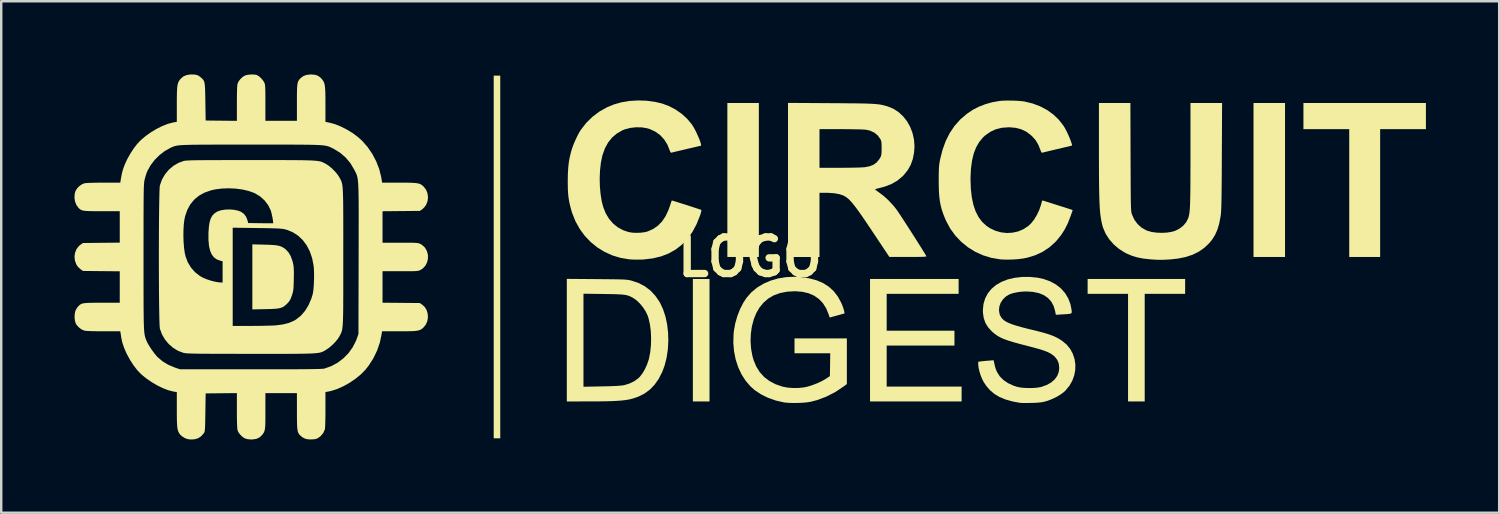
<source format=kicad_pcb>
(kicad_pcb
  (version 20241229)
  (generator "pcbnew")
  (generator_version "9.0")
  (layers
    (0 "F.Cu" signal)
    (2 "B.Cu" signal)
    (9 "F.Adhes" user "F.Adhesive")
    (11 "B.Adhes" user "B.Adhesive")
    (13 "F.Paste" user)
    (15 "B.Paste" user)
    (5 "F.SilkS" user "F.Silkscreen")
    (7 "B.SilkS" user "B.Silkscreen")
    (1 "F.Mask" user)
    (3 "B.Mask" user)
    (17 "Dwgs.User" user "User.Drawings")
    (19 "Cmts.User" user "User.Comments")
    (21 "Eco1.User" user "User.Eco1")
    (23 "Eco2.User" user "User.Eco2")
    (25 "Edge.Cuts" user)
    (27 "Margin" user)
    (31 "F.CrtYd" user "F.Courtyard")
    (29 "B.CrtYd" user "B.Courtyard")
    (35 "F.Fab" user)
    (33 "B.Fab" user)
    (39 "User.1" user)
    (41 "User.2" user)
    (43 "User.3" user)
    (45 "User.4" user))
  (footprint "LOGO"
    (layer "F.Cu")
    (at 27.669 7.476)
    (property "Reference" "LOGO" (at 0 0 180) (layer "F.SilkS") (effects (font (size 1.5 1.5) (thickness 0.3))))
    (attr board_only exclude_from_pos_files exclude_from_bom)
    (fp_poly (pts (xy -10.228 0) (xy -10.228 7.428) (xy -10.362 7.428) (xy -10.496 7.428) (xy -10.496 0) (xy -10.496 -7.428) (xy -10.362 -7.428) (xy -10.228 -7.428)) (stroke (width 0) (type solid)) (fill yes) (layer "F.SilkS"))
    (fp_poly (pts (xy -1.656 3.409) (xy -1.656 5.918) (xy -1.997 5.918) (xy -2.338 5.918) (xy -2.338 3.409) (xy -2.338 0.901) (xy -1.997 0.901) (xy -1.656 0.901)) (stroke (width 0) (type solid)) (fill yes) (layer "F.SilkS"))
    (fp_poly (pts (xy 0.365 -3.154) (xy 0.365 0) (xy -0.28 0) (xy -0.925 0) (xy -0.925 -3.154) (xy -0.925 -6.307) (xy -0.28 -6.307) (xy 0.365 -6.307)) (stroke (width 0) (type solid)) (fill yes) (layer "F.SilkS"))
    (fp_poly (pts (xy 21.918 -3.154) (xy 21.918 0) (xy 21.272 0) (xy 20.627 0) (xy 20.627 -3.154) (xy 20.627 -6.307) (xy 21.272 -6.307) (xy 21.918 -6.307)) (stroke (width 0) (type solid)) (fill yes) (layer "F.SilkS"))
    (fp_poly (pts (xy 17.826 1.205) (xy 17.826 1.51) (xy 16.998 1.51) (xy 16.17 1.51) (xy 16.17 3.714) (xy 16.17 5.918) (xy 15.829 5.918) (xy 15.488 5.918) (xy 15.488 3.714) (xy 15.488 1.51) (xy 14.66 1.51) (xy 13.832 1.51) (xy 13.832 1.205) (xy 13.832 0.901) (xy 15.829 0.901) (xy 17.826 0.901)) (stroke (width 0) (type solid)) (fill yes) (layer "F.SilkS"))
    (fp_poly (pts (xy 27.689 -5.772) (xy 27.689 -5.236) (xy 26.752 -5.236) (xy 25.814 -5.236) (xy 25.814 -2.618) (xy 25.814 0) (xy 25.181 0) (xy 24.548 0) (xy 24.548 -2.618) (xy 24.548 -5.236) (xy 23.61 -5.236) (xy 22.672 -5.236) (xy 22.672 -5.772) (xy 22.672 -6.307) (xy 25.181 -6.307) (xy 27.689 -6.307)) (stroke (width 0) (type solid)) (fill yes) (layer "F.SilkS"))
    (fp_poly (pts (xy 8.548 1.205) (xy 8.548 1.51) (xy 7.074 1.51) (xy 5.601 1.51) (xy 5.601 2.265) (xy 5.601 3.02) (xy 6.989 3.02) (xy 8.377 3.02) (xy 8.377 3.324) (xy 8.377 3.629) (xy 6.989 3.629) (xy 5.601 3.629) (xy 5.601 4.469) (xy 5.601 5.309) (xy 7.135 5.309) (xy 8.67 5.309) (xy 8.67 5.613) (xy 8.67 5.918) (xy 6.794 5.918) (xy 4.919 5.918) (xy 4.919 3.409) (xy 4.919 0.901) (xy 6.734 0.901) (xy 8.548 0.901)) (stroke (width 0) (type solid)) (fill yes) (layer "F.SilkS"))
    (fp_poly (pts (xy -19.89 -0.505) (xy -19.686 -0.499) (xy -19.524 -0.49) (xy -19.395 -0.476) (xy -19.291 -0.457) (xy -19.206 -0.429) (xy -19.131 -0.392) (xy -19.059 -0.345) (xy -19.023 -0.317) (xy -18.905 -0.194) (xy -18.809 -0.03) (xy -18.736 0.172) (xy -18.713 0.268) (xy -18.698 0.352) (xy -18.688 0.445) (xy -18.683 0.557) (xy -18.681 0.697) (xy -18.684 0.874) (xy -18.685 0.913) (xy -18.689 1.078) (xy -18.694 1.205) (xy -18.7 1.302) (xy -18.71 1.379) (xy -18.724 1.448) (xy -18.743 1.516) (xy -18.765 1.583) (xy -18.807 1.696) (xy -18.848 1.779) (xy -18.899 1.849) (xy -18.958 1.912) (xy -19.025 1.975) (xy -19.089 2.025) (xy -19.157 2.063) (xy -19.236 2.09) (xy -19.334 2.11) (xy -19.456 2.123) (xy -19.612 2.131) (xy -19.808 2.136) (xy -19.854 2.137) (xy -20.383 2.148) (xy -20.383 0.815) (xy -20.383 -0.517)) (stroke (width 0) (type solid)) (fill yes) (layer "F.SilkS"))
    (fp_poly (pts (xy -6.277 0.907) (xy -6 0.91) (xy -5.767 0.912) (xy -5.573 0.914) (xy -5.414 0.917) (xy -5.285 0.92) (xy -5.181 0.924) (xy -5.098 0.929) (xy -5.031 0.935) (xy -4.975 0.943) (xy -4.925 0.952) (xy -4.878 0.963) (xy -4.846 0.971) (xy -4.558 1.068) (xy -4.301 1.204) (xy -4.073 1.377) (xy -3.874 1.591) (xy -3.701 1.844) (xy -3.691 1.861) (xy -3.563 2.131) (xy -3.463 2.432) (xy -3.393 2.756) (xy -3.353 3.095) (xy -3.343 3.442) (xy -3.363 3.788) (xy -3.414 4.126) (xy -3.496 4.448) (xy -3.591 4.704) (xy -3.735 4.988) (xy -3.905 5.231) (xy -4.101 5.435) (xy -4.326 5.599) (xy -4.581 5.726) (xy -4.867 5.818) (xy -4.882 5.821) (xy -4.993 5.845) (xy -5.118 5.864) (xy -5.261 5.88) (xy -5.427 5.893) (xy -5.621 5.903) (xy -5.846 5.91) (xy -6.109 5.914) (xy -6.413 5.917) (xy -6.606 5.917) (xy -7.501 5.918) (xy -7.501 3.408) (xy -7.501 1.505) (xy -6.819 1.505) (xy -6.819 3.411) (xy -6.819 5.316) (xy -6.07 5.301) (xy -5.817 5.296) (xy -5.608 5.289) (xy -5.441 5.281) (xy -5.309 5.271) (xy -5.21 5.26) (xy -5.151 5.25) (xy -4.935 5.184) (xy -4.74 5.089) (xy -4.575 4.97) (xy -4.508 4.905) (xy -4.4 4.764) (xy -4.298 4.59) (xy -4.211 4.397) (xy -4.145 4.2) (xy -4.139 4.177) (xy -4.086 3.909) (xy -4.056 3.622) (xy -4.048 3.328) (xy -4.061 3.038) (xy -4.096 2.763) (xy -4.153 2.515) (xy -4.192 2.395) (xy -4.272 2.228) (xy -4.382 2.06) (xy -4.512 1.903) (xy -4.652 1.77) (xy -4.793 1.673) (xy -4.796 1.671) (xy -4.866 1.635) (xy -4.93 1.605) (xy -4.995 1.581) (xy -5.067 1.562) (xy -5.151 1.548) (xy -5.255 1.538) (xy -5.382 1.53) (xy -5.541 1.524) (xy -5.735 1.52) (xy -5.972 1.517) (xy -5.997 1.516) (xy -6.819 1.505) (xy -7.501 1.505) (xy -7.501 0.897)) (stroke (width 0) (type solid)) (fill yes) (layer "F.SilkS"))
    (fp_poly (pts (xy 2.086 0.824) (xy 2.424 0.874) (xy 2.725 0.954) (xy 2.991 1.067) (xy 3.223 1.213) (xy 3.423 1.393) (xy 3.592 1.608) (xy 3.731 1.86) (xy 3.78 1.974) (xy 3.816 2.07) (xy 3.845 2.161) (xy 3.86 2.222) (xy 3.877 2.311) (xy 3.747 2.348) (xy 3.653 2.374) (xy 3.539 2.406) (xy 3.441 2.432) (xy 3.266 2.48) (xy 3.225 2.354) (xy 3.123 2.106) (xy 2.99 1.894) (xy 2.825 1.721) (xy 2.63 1.585) (xy 2.405 1.487) (xy 2.148 1.427) (xy 1.861 1.404) (xy 1.826 1.404) (xy 1.512 1.423) (xy 1.229 1.479) (xy 0.976 1.572) (xy 0.752 1.702) (xy 0.555 1.872) (xy 0.401 2.058) (xy 0.265 2.287) (xy 0.158 2.548) (xy 0.082 2.833) (xy 0.038 3.134) (xy 0.025 3.443) (xy 0.046 3.753) (xy 0.101 4.054) (xy 0.149 4.223) (xy 0.259 4.488) (xy 0.403 4.719) (xy 0.582 4.916) (xy 0.797 5.081) (xy 1.047 5.212) (xy 1.333 5.31) (xy 1.34 5.312) (xy 1.542 5.351) (xy 1.769 5.368) (xy 2.001 5.365) (xy 2.221 5.341) (xy 2.353 5.313) (xy 2.564 5.248) (xy 2.775 5.165) (xy 2.968 5.073) (xy 3.121 4.983) (xy 3.275 4.88) (xy 3.282 4.412) (xy 3.289 3.945) (xy 2.558 3.945) (xy 1.826 3.945) (xy 1.826 3.641) (xy 1.826 3.336) (xy 2.898 3.336) (xy 3.97 3.336) (xy 3.97 4.271) (xy 3.97 5.206) (xy 3.842 5.301) (xy 3.493 5.534) (xy 3.129 5.721) (xy 2.753 5.862) (xy 2.484 5.932) (xy 2.345 5.954) (xy 2.172 5.97) (xy 1.981 5.979) (xy 1.786 5.981) (xy 1.601 5.976) (xy 1.443 5.963) (xy 1.388 5.955) (xy 1.059 5.881) (xy 0.748 5.772) (xy 0.462 5.632) (xy 0.206 5.462) (xy 0.027 5.306) (xy -0.175 5.073) (xy -0.346 4.806) (xy -0.483 4.512) (xy -0.586 4.194) (xy -0.652 3.858) (xy -0.681 3.509) (xy -0.67 3.152) (xy -0.657 3.025) (xy -0.602 2.72) (xy -0.515 2.417) (xy -0.402 2.128) (xy -0.266 1.865) (xy -0.135 1.667) (xy 0.062 1.445) (xy 0.294 1.253) (xy 0.557 1.094) (xy 0.846 0.969) (xy 1.158 0.878) (xy 1.489 0.825) (xy 1.834 0.81)) (stroke (width 0) (type solid)) (fill yes) (layer "F.SilkS"))
    (fp_poly (pts (xy 15.591 -4.097) (xy 15.592 -3.719) (xy 15.594 -3.387) (xy 15.595 -3.097) (xy 15.596 -2.846) (xy 15.598 -2.631) (xy 15.599 -2.449) (xy 15.601 -2.296) (xy 15.604 -2.171) (xy 15.607 -2.069) (xy 15.61 -1.986) (xy 15.615 -1.922) (xy 15.619 -1.871) (xy 15.625 -1.83) (xy 15.632 -1.798) (xy 15.639 -1.769) (xy 15.648 -1.743) (xy 15.652 -1.732) (xy 15.746 -1.527) (xy 15.877 -1.349) (xy 16.04 -1.202) (xy 16.231 -1.094) (xy 16.281 -1.073) (xy 16.458 -1.024) (xy 16.662 -0.996) (xy 16.879 -0.988) (xy 17.094 -1) (xy 17.29 -1.033) (xy 17.418 -1.071) (xy 17.598 -1.162) (xy 17.752 -1.283) (xy 17.873 -1.429) (xy 17.954 -1.592) (xy 17.961 -1.615) (xy 17.975 -1.666) (xy 17.988 -1.722) (xy 17.999 -1.786) (xy 18.008 -1.862) (xy 18.016 -1.953) (xy 18.023 -2.061) (xy 18.029 -2.191) (xy 18.033 -2.344) (xy 18.037 -2.525) (xy 18.04 -2.737) (xy 18.042 -2.982) (xy 18.043 -3.265) (xy 18.044 -3.587) (xy 18.045 -3.953) (xy 18.045 -4.231) (xy 18.045 -6.307) (xy 18.693 -6.307) (xy 19.34 -6.307) (xy 19.329 -4.122) (xy 19.328 -3.735) (xy 19.326 -3.393) (xy 19.324 -3.093) (xy 19.321 -2.833) (xy 19.319 -2.608) (xy 19.316 -2.415) (xy 19.313 -2.252) (xy 19.31 -2.114) (xy 19.306 -1.999) (xy 19.301 -1.903) (xy 19.296 -1.823) (xy 19.29 -1.756) (xy 19.284 -1.698) (xy 19.279 -1.666) (xy 19.224 -1.375) (xy 19.149 -1.123) (xy 19.052 -0.903) (xy 18.929 -0.707) (xy 18.807 -0.559) (xy 18.607 -0.371) (xy 18.384 -0.216) (xy 18.135 -0.093) (xy 17.855 -0.000423) (xy 17.542 0.064) (xy 17.257 0.097) (xy 17.056 0.11) (xy 16.883 0.117) (xy 16.716 0.116) (xy 16.537 0.107) (xy 16.381 0.095) (xy 16.104 0.064) (xy 15.863 0.016) (xy 15.644 -0.05) (xy 15.435 -0.139) (xy 15.358 -0.179) (xy 15.116 -0.331) (xy 14.9 -0.515) (xy 14.717 -0.724) (xy 14.57 -0.953) (xy 14.465 -1.196) (xy 14.433 -1.303) (xy 14.41 -1.399) (xy 14.39 -1.498) (xy 14.372 -1.601) (xy 14.357 -1.712) (xy 14.343 -1.836) (xy 14.332 -1.975) (xy 14.323 -2.132) (xy 14.315 -2.311) (xy 14.309 -2.517) (xy 14.304 -2.75) (xy 14.3 -3.017) (xy 14.298 -3.319) (xy 14.296 -3.66) (xy 14.295 -4.044) (xy 14.295 -4.377) (xy 14.295 -6.307) (xy 14.939 -6.307) (xy 15.584 -6.307)) (stroke (width 0) (type solid)) (fill yes) (layer "F.SilkS"))
    (fp_poly (pts (xy 3.306 -6.3) (xy 3.661 -6.298) (xy 3.972 -6.295) (xy 4.241 -6.293) (xy 4.474 -6.29) (xy 4.673 -6.286) (xy 4.842 -6.281) (xy 4.986 -6.275) (xy 5.108 -6.267) (xy 5.212 -6.258) (xy 5.302 -6.247) (xy 5.382 -6.234) (xy 5.455 -6.218) (xy 5.526 -6.2) (xy 5.598 -6.179) (xy 5.65 -6.164) (xy 5.882 -6.067) (xy 6.092 -5.93) (xy 6.278 -5.758) (xy 6.436 -5.555) (xy 6.564 -5.327) (xy 6.659 -5.079) (xy 6.719 -4.814) (xy 6.74 -4.537) (xy 6.724 -4.288) (xy 6.672 -4.016) (xy 6.587 -3.776) (xy 6.466 -3.56) (xy 6.305 -3.36) (xy 6.257 -3.31) (xy 6.044 -3.132) (xy 5.798 -2.989) (xy 5.519 -2.881) (xy 5.377 -2.843) (xy 5.275 -2.817) (xy 5.193 -2.795) (xy 5.14 -2.779) (xy 5.127 -2.773) (xy 5.139 -2.754) (xy 5.185 -2.717) (xy 5.254 -2.667) (xy 5.285 -2.646) (xy 5.478 -2.5) (xy 5.675 -2.32) (xy 5.863 -2.119) (xy 5.993 -1.958) (xy 6.032 -1.902) (xy 6.093 -1.813) (xy 6.17 -1.697) (xy 6.261 -1.558) (xy 6.363 -1.401) (xy 6.472 -1.233) (xy 6.585 -1.058) (xy 6.698 -0.881) (xy 6.808 -0.708) (xy 6.912 -0.543) (xy 7.007 -0.393) (xy 7.089 -0.261) (xy 7.155 -0.154) (xy 7.201 -0.077) (xy 7.225 -0.034) (xy 7.226 -0.03) (xy 7.22 -0.022) (xy 7.191 -0.015) (xy 7.135 -0.009) (xy 7.049 -0.005) (xy 6.927 -0.003) (xy 6.767 -0.001) (xy 6.563 -0.001) (xy 6.474 -0.001) (xy 5.711 -0.002) (xy 5.126 -0.879) (xy 4.933 -1.168) (xy 4.764 -1.419) (xy 4.617 -1.635) (xy 4.488 -1.819) (xy 4.377 -1.974) (xy 4.279 -2.103) (xy 4.194 -2.209) (xy 4.118 -2.295) (xy 4.05 -2.364) (xy 3.986 -2.418) (xy 3.925 -2.462) (xy 3.863 -2.498) (xy 3.813 -2.523) (xy 3.66 -2.574) (xy 3.463 -2.609) (xy 3.223 -2.627) (xy 3.087 -2.629) (xy 2.849 -2.63) (xy 2.849 -1.315) (xy 2.849 0) (xy 2.204 0) (xy 1.559 0) (xy 1.559 -3.155) (xy 1.559 -5.236) (xy 2.849 -5.236) (xy 2.849 -4.444) (xy 2.849 -3.653) (xy 3.688 -3.653) (xy 3.895 -3.654) (xy 4.095 -3.656) (xy 4.28 -3.659) (xy 4.444 -3.663) (xy 4.579 -3.669) (xy 4.676 -3.675) (xy 4.717 -3.679) (xy 4.91 -3.718) (xy 5.067 -3.782) (xy 5.194 -3.876) (xy 5.297 -4.003) (xy 5.341 -4.076) (xy 5.365 -4.127) (xy 5.38 -4.182) (xy 5.389 -4.25) (xy 5.393 -4.346) (xy 5.394 -4.457) (xy 5.392 -4.59) (xy 5.387 -4.685) (xy 5.375 -4.753) (xy 5.357 -4.804) (xy 5.351 -4.815) (xy 5.24 -4.972) (xy 5.098 -5.091) (xy 4.924 -5.173) (xy 4.77 -5.21) (xy 4.709 -5.216) (xy 4.605 -5.222) (xy 4.467 -5.227) (xy 4.299 -5.23) (xy 4.11 -5.233) (xy 3.905 -5.235) (xy 3.732 -5.236) (xy 2.849 -5.236) (xy 1.559 -5.236) (xy 1.559 -6.311)) (stroke (width 0) (type solid)) (fill yes) (layer "F.SilkS"))
    (fp_poly (pts (xy -4.233 -6.4) (xy -3.889 -6.354) (xy -3.59 -6.283) (xy -3.308 -6.177) (xy -3.039 -6.034) (xy -2.791 -5.86) (xy -2.572 -5.66) (xy -2.388 -5.441) (xy -2.329 -5.352) (xy -2.269 -5.246) (xy -2.203 -5.119) (xy -2.14 -4.981) (xy -2.082 -4.848) (xy -2.038 -4.73) (xy -2.011 -4.641) (xy -2.011 -4.638) (xy -1.995 -4.563) (xy -2.587 -4.423) (xy -2.751 -4.384) (xy -2.901 -4.349) (xy -3.03 -4.318) (xy -3.13 -4.294) (xy -3.195 -4.278) (xy -3.217 -4.272) (xy -3.247 -4.28) (xy -3.273 -4.326) (xy -3.286 -4.364) (xy -3.382 -4.604) (xy -3.514 -4.814) (xy -3.679 -4.992) (xy -3.876 -5.134) (xy -4.099 -5.238) (xy -4.212 -5.272) (xy -4.433 -5.309) (xy -4.67 -5.313) (xy -4.907 -5.285) (xy -5.127 -5.227) (xy -5.224 -5.188) (xy -5.45 -5.059) (xy -5.646 -4.893) (xy -5.809 -4.69) (xy -5.94 -4.451) (xy -6.038 -4.176) (xy -6.05 -4.133) (xy -6.106 -3.857) (xy -6.141 -3.552) (xy -6.155 -3.23) (xy -6.148 -2.905) (xy -6.12 -2.588) (xy -6.073 -2.291) (xy -6.013 -2.056) (xy -5.911 -1.795) (xy -5.774 -1.565) (xy -5.606 -1.37) (xy -5.409 -1.211) (xy -5.184 -1.091) (xy -4.968 -1.02) (xy -4.821 -0.996) (xy -4.651 -0.988) (xy -4.476 -0.994) (xy -4.313 -1.015) (xy -4.189 -1.046) (xy -3.965 -1.146) (xy -3.768 -1.283) (xy -3.599 -1.457) (xy -3.455 -1.672) (xy -3.336 -1.927) (xy -3.275 -2.101) (xy -3.245 -2.194) (xy -3.22 -2.266) (xy -3.203 -2.308) (xy -3.199 -2.314) (xy -3.17 -2.306) (xy -3.103 -2.286) (xy -3.005 -2.256) (xy -2.885 -2.218) (xy -2.748 -2.175) (xy -2.603 -2.129) (xy -2.458 -2.082) (xy -2.32 -2.037) (xy -2.197 -1.997) (xy -2.096 -1.963) (xy -2.026 -1.939) (xy -1.992 -1.926) (xy -1.991 -1.925) (xy -1.99 -1.897) (xy -2.003 -1.833) (xy -2.028 -1.747) (xy -2.042 -1.703) (xy -2.185 -1.345) (xy -2.356 -1.027) (xy -2.555 -0.747) (xy -2.783 -0.508) (xy -3.04 -0.307) (xy -3.325 -0.146) (xy -3.639 -0.024) (xy -3.983 0.058) (xy -4.355 0.102) (xy -4.432 0.106) (xy -4.574 0.109) (xy -4.727 0.108) (xy -4.868 0.102) (xy -4.935 0.097) (xy -5.292 0.039) (xy -5.632 -0.063) (xy -5.952 -0.207) (xy -6.249 -0.389) (xy -6.519 -0.608) (xy -6.761 -0.86) (xy -6.97 -1.144) (xy -7.144 -1.456) (xy -7.28 -1.794) (xy -7.316 -1.912) (xy -7.365 -2.094) (xy -7.402 -2.259) (xy -7.429 -2.418) (xy -7.447 -2.583) (xy -7.458 -2.766) (xy -7.462 -2.978) (xy -7.463 -3.117) (xy -7.458 -3.409) (xy -7.443 -3.664) (xy -7.417 -3.894) (xy -7.377 -4.109) (xy -7.323 -4.322) (xy -7.281 -4.46) (xy -7.231 -4.597) (xy -7.166 -4.751) (xy -7.094 -4.907) (xy -7.021 -5.051) (xy -6.954 -5.168) (xy -6.933 -5.199) (xy -6.706 -5.492) (xy -6.449 -5.744) (xy -6.163 -5.959) (xy -5.847 -6.135) (xy -5.577 -6.246) (xy -5.267 -6.335) (xy -4.933 -6.39) (xy -4.584 -6.412)) (stroke (width 0) (type solid)) (fill yes) (layer "F.SilkS"))
    (fp_poly (pts (xy 10.732 -6.406) (xy 10.918 -6.399) (xy 11.088 -6.387) (xy 11.226 -6.371) (xy 11.239 -6.369) (xy 11.572 -6.289) (xy 11.884 -6.172) (xy 12.171 -6.02) (xy 12.429 -5.835) (xy 12.654 -5.619) (xy 12.842 -5.377) (xy 12.905 -5.273) (xy 12.966 -5.158) (xy 13.03 -5.024) (xy 13.09 -4.886) (xy 13.141 -4.758) (xy 13.176 -4.653) (xy 13.183 -4.626) (xy 13.198 -4.564) (xy 12.596 -4.421) (xy 12.431 -4.382) (xy 12.28 -4.346) (xy 12.152 -4.315) (xy 12.052 -4.291) (xy 11.988 -4.275) (xy 11.966 -4.269) (xy 11.943 -4.284) (xy 11.915 -4.336) (xy 11.896 -4.388) (xy 11.811 -4.6) (xy 11.705 -4.778) (xy 11.569 -4.934) (xy 11.492 -5.005) (xy 11.306 -5.139) (xy 11.105 -5.233) (xy 10.883 -5.29) (xy 10.632 -5.312) (xy 10.592 -5.312) (xy 10.319 -5.292) (xy 10.07 -5.23) (xy 9.843 -5.125) (xy 9.634 -4.977) (xy 9.542 -4.892) (xy 9.39 -4.709) (xy 9.265 -4.491) (xy 9.167 -4.238) (xy 9.097 -3.948) (xy 9.053 -3.619) (xy 9.035 -3.25) (xy 9.035 -3.183) (xy 9.048 -2.795) (xy 9.087 -2.447) (xy 9.152 -2.139) (xy 9.244 -1.868) (xy 9.364 -1.635) (xy 9.511 -1.437) (xy 9.687 -1.275) (xy 9.817 -1.187) (xy 10.044 -1.077) (xy 10.282 -1.009) (xy 10.523 -0.982) (xy 10.762 -0.996) (xy 10.992 -1.048) (xy 11.207 -1.14) (xy 11.401 -1.269) (xy 11.514 -1.375) (xy 11.638 -1.53) (xy 11.752 -1.718) (xy 11.849 -1.921) (xy 11.918 -2.123) (xy 11.921 -2.131) (xy 11.943 -2.215) (xy 11.961 -2.279) (xy 11.971 -2.309) (xy 11.972 -2.31) (xy 11.974 -2.312) (xy 11.98 -2.313) (xy 11.993 -2.311) (xy 12.02 -2.304) (xy 12.065 -2.291) (xy 12.132 -2.27) (xy 12.228 -2.24) (xy 12.356 -2.199) (xy 12.522 -2.146) (xy 12.681 -2.095) (xy 13.221 -1.922) (xy 13.135 -1.675) (xy 13.021 -1.381) (xy 12.892 -1.124) (xy 12.744 -0.894) (xy 12.57 -0.68) (xy 12.507 -0.612) (xy 12.263 -0.392) (xy 11.99 -0.212) (xy 11.69 -0.072) (xy 11.362 0.028) (xy 11.206 0.06) (xy 11.009 0.087) (xy 10.785 0.103) (xy 10.557 0.109) (xy 10.344 0.104) (xy 10.242 0.096) (xy 9.886 0.035) (xy 9.545 -0.069) (xy 9.224 -0.215) (xy 8.926 -0.4) (xy 8.654 -0.622) (xy 8.413 -0.876) (xy 8.205 -1.162) (xy 8.035 -1.476) (xy 8.01 -1.534) (xy 7.928 -1.734) (xy 7.864 -1.921) (xy 7.814 -2.105) (xy 7.778 -2.295) (xy 7.753 -2.502) (xy 7.739 -2.733) (xy 7.733 -3) (xy 7.733 -3.117) (xy 7.733 -3.314) (xy 7.735 -3.47) (xy 7.739 -3.596) (xy 7.745 -3.701) (xy 7.755 -3.793) (xy 7.768 -3.881) (xy 7.785 -3.974) (xy 7.788 -3.99) (xy 7.888 -4.388) (xy 8.019 -4.749) (xy 8.184 -5.076) (xy 8.382 -5.37) (xy 8.614 -5.631) (xy 8.882 -5.861) (xy 9.143 -6.036) (xy 9.38 -6.157) (xy 9.649 -6.26) (xy 9.935 -6.34) (xy 10.223 -6.39) (xy 10.236 -6.392) (xy 10.376 -6.403) (xy 10.546 -6.407)) (stroke (width 0) (type solid)) (fill yes) (layer "F.SilkS"))
    (fp_poly (pts (xy 11.777 0.848) (xy 12.028 0.902) (xy 12.298 0.999) (xy 12.536 1.129) (xy 12.741 1.291) (xy 12.909 1.482) (xy 13.04 1.699) (xy 13.13 1.94) (xy 13.172 2.157) (xy 13.18 2.221) (xy 13.181 2.267) (xy 13.17 2.298) (xy 13.139 2.319) (xy 13.083 2.331) (xy 12.994 2.34) (xy 12.865 2.348) (xy 12.797 2.352) (xy 12.53 2.368) (xy 12.501 2.219) (xy 12.439 2.006) (xy 12.341 1.826) (xy 12.207 1.678) (xy 12.036 1.562) (xy 11.83 1.479) (xy 11.589 1.429) (xy 11.312 1.412) (xy 11.31 1.412) (xy 11.134 1.421) (xy 10.955 1.444) (xy 10.788 1.479) (xy 10.651 1.523) (xy 10.633 1.53) (xy 10.485 1.618) (xy 10.364 1.736) (xy 10.273 1.873) (xy 10.217 2.024) (xy 10.2 2.18) (xy 10.224 2.333) (xy 10.24 2.377) (xy 10.279 2.455) (xy 10.33 2.525) (xy 10.397 2.588) (xy 10.485 2.647) (xy 10.596 2.702) (xy 10.737 2.758) (xy 10.91 2.814) (xy 11.12 2.874) (xy 11.372 2.939) (xy 11.543 2.981) (xy 11.794 3.042) (xy 12.003 3.097) (xy 12.178 3.148) (xy 12.325 3.198) (xy 12.452 3.248) (xy 12.566 3.302) (xy 12.672 3.361) (xy 12.778 3.429) (xy 12.788 3.436) (xy 12.971 3.587) (xy 13.117 3.765) (xy 13.225 3.964) (xy 13.296 4.178) (xy 13.33 4.401) (xy 13.325 4.629) (xy 13.282 4.855) (xy 13.201 5.075) (xy 13.082 5.282) (xy 12.923 5.472) (xy 12.862 5.53) (xy 12.732 5.628) (xy 12.57 5.726) (xy 12.389 5.814) (xy 12.204 5.886) (xy 12.091 5.92) (xy 11.987 5.944) (xy 11.873 5.96) (xy 11.737 5.971) (xy 11.569 5.978) (xy 11.519 5.979) (xy 11.382 5.981) (xy 11.258 5.981) (xy 11.155 5.98) (xy 11.086 5.977) (xy 11.068 5.976) (xy 10.747 5.916) (xy 10.467 5.837) (xy 10.224 5.736) (xy 10.015 5.611) (xy 9.834 5.459) (xy 9.678 5.278) (xy 9.571 5.116) (xy 9.508 4.992) (xy 9.449 4.845) (xy 9.401 4.691) (xy 9.367 4.545) (xy 9.352 4.423) (xy 9.351 4.408) (xy 9.351 4.292) (xy 9.455 4.277) (xy 9.529 4.269) (xy 9.632 4.259) (xy 9.744 4.249) (xy 9.77 4.247) (xy 9.982 4.231) (xy 9.997 4.301) (xy 10.026 4.434) (xy 10.052 4.534) (xy 10.079 4.614) (xy 10.11 4.688) (xy 10.126 4.722) (xy 10.235 4.891) (xy 10.385 5.041) (xy 10.573 5.169) (xy 10.795 5.271) (xy 10.959 5.324) (xy 11.085 5.348) (xy 11.244 5.363) (xy 11.42 5.369) (xy 11.597 5.366) (xy 11.762 5.354) (xy 11.898 5.332) (xy 11.931 5.324) (xy 12.153 5.245) (xy 12.337 5.142) (xy 12.484 5.015) (xy 12.589 4.869) (xy 12.651 4.705) (xy 12.669 4.545) (xy 12.65 4.367) (xy 12.589 4.215) (xy 12.486 4.083) (xy 12.365 3.987) (xy 12.292 3.943) (xy 12.208 3.9) (xy 12.107 3.859) (xy 11.985 3.816) (xy 11.836 3.77) (xy 11.653 3.719) (xy 11.43 3.66) (xy 11.315 3.63) (xy 11.044 3.56) (xy 10.816 3.497) (xy 10.625 3.439) (xy 10.464 3.384) (xy 10.329 3.33) (xy 10.214 3.273) (xy 10.113 3.212) (xy 10.02 3.145) (xy 9.931 3.069) (xy 9.911 3.051) (xy 9.757 2.883) (xy 9.646 2.703) (xy 9.576 2.504) (xy 9.544 2.28) (xy 9.542 2.169) (xy 9.567 1.923) (xy 9.636 1.695) (xy 9.745 1.489) (xy 9.894 1.306) (xy 10.08 1.149) (xy 10.301 1.02) (xy 10.554 0.921) (xy 10.826 0.856) (xy 11.144 0.819) (xy 11.466 0.817)) (stroke (width 0) (type solid)) (fill yes) (layer "F.SilkS"))
    (fp_poly (pts (xy -20.445 -3.969) (xy -20.019 -3.969) (xy -19.638 -3.969) (xy -19.301 -3.969) (xy -19.003 -3.968) (xy -18.743 -3.967) (xy -18.517 -3.965) (xy -18.322 -3.963) (xy -18.156 -3.959) (xy -18.016 -3.955) (xy -17.898 -3.949) (xy -17.8 -3.942) (xy -17.719 -3.934) (xy -17.652 -3.923) (xy -17.596 -3.912) (xy -17.549 -3.898) (xy -17.507 -3.882) (xy -17.468 -3.864) (xy -17.428 -3.843) (xy -17.385 -3.82) (xy -17.378 -3.817) (xy -17.253 -3.736) (xy -17.121 -3.626) (xy -16.994 -3.499) (xy -16.886 -3.368) (xy -16.811 -3.251) (xy -16.788 -3.208) (xy -16.767 -3.169) (xy -16.749 -3.131) (xy -16.733 -3.092) (xy -16.719 -3.049) (xy -16.707 -2.998) (xy -16.696 -2.938) (xy -16.687 -2.865) (xy -16.68 -2.777) (xy -16.674 -2.671) (xy -16.669 -2.544) (xy -16.665 -2.394) (xy -16.662 -2.216) (xy -16.66 -2.01) (xy -16.659 -1.772) (xy -16.658 -1.499) (xy -16.658 -1.188) (xy -16.657 -0.837) (xy -16.658 -0.443) (xy -16.658 -0.003) (xy -16.658 0.004) (xy -16.658 0.442) (xy -16.658 0.834) (xy -16.658 1.184) (xy -16.658 1.493) (xy -16.659 1.764) (xy -16.66 2.001) (xy -16.662 2.206) (xy -16.665 2.381) (xy -16.669 2.531) (xy -16.674 2.656) (xy -16.679 2.761) (xy -16.687 2.848) (xy -16.695 2.92) (xy -16.705 2.98) (xy -16.717 3.03) (xy -16.73 3.073) (xy -16.746 3.112) (xy -16.763 3.15) (xy -16.783 3.19) (xy -16.804 3.232) (xy -16.877 3.349) (xy -16.981 3.476) (xy -17.105 3.603) (xy -17.238 3.717) (xy -17.368 3.807) (xy -17.384 3.817) (xy -17.425 3.84) (xy -17.463 3.861) (xy -17.5 3.879) (xy -17.541 3.896) (xy -17.587 3.91) (xy -17.641 3.922) (xy -17.707 3.933) (xy -17.786 3.941) (xy -17.883 3.949) (xy -18 3.954) (xy -18.139 3.959) (xy -18.304 3.963) (xy -18.497 3.965) (xy -18.722 3.967) (xy -18.98 3.968) (xy -19.276 3.968) (xy -19.612 3.968) (xy -19.99 3.968) (xy -20.414 3.968) (xy -20.449 3.968) (xy -20.864 3.968) (xy -21.234 3.967) (xy -21.561 3.967) (xy -21.847 3.966) (xy -22.096 3.965) (xy -22.311 3.964) (xy -22.495 3.963) (xy -22.65 3.961) (xy -22.779 3.958) (xy -22.885 3.955) (xy -22.971 3.952) (xy -23.041 3.948) (xy -23.096 3.944) (xy -23.139 3.939) (xy -23.174 3.933) (xy -23.204 3.927) (xy -23.21 3.925) (xy -23.426 3.844) (xy -23.628 3.722) (xy -23.809 3.564) (xy -23.964 3.378) (xy -24.085 3.169) (xy -24.167 2.945) (xy -24.17 2.935) (xy -24.176 2.886) (xy -24.182 2.791) (xy -24.187 2.656) (xy -24.192 2.483) (xy -24.196 2.277) (xy -24.2 2.042) (xy -24.203 1.781) (xy -24.206 1.498) (xy -24.208 1.197) (xy -24.21 0.882) (xy -24.211 0.557) (xy -24.211 0.226) (xy -24.212 -0.108) (xy -24.211 -0.441) (xy -24.21 -0.769) (xy -24.21 -0.843) (xy -23.207 -0.843) (xy -23.199 -0.608) (xy -23.181 -0.384) (xy -23.154 -0.184) (xy -23.119 -0.024) (xy -23.026 0.22) (xy -22.894 0.438) (xy -22.727 0.626) (xy -22.528 0.78) (xy -22.405 0.849) (xy -22.264 0.909) (xy -22.103 0.963) (xy -21.938 1.007) (xy -21.785 1.036) (xy -21.68 1.045) (xy -21.601 1.047) (xy -21.601 0.612) (xy -21.601 0.176) (xy -21.706 0.15) (xy -21.844 0.097) (xy -21.957 0.013) (xy -22.047 -0.105) (xy -22.113 -0.258) (xy -22.157 -0.449) (xy -22.179 -0.679) (xy -22.181 -0.952) (xy -22.178 -1.023) (xy -22.165 -1.199) (xy -21.187 -1.199) (xy -21.187 0.813) (xy -21.187 2.825) (xy -20.45 2.824) (xy -20.248 2.823) (xy -20.046 2.821) (xy -19.853 2.817) (xy -19.679 2.813) (xy -19.534 2.808) (xy -19.428 2.802) (xy -19.419 2.801) (xy -19.135 2.764) (xy -18.888 2.702) (xy -18.678 2.612) (xy -18.591 2.561) (xy -18.393 2.403) (xy -18.222 2.206) (xy -18.078 1.969) (xy -17.962 1.694) (xy -17.909 1.522) (xy -17.891 1.423) (xy -17.875 1.288) (xy -17.864 1.126) (xy -17.857 0.95) (xy -17.854 0.77) (xy -17.856 0.599) (xy -17.864 0.447) (xy -17.874 0.352) (xy -17.933 0.05) (xy -18.027 -0.226) (xy -18.154 -0.471) (xy -18.311 -0.684) (xy -18.496 -0.862) (xy -18.708 -1.003) (xy -18.944 -1.104) (xy -19.062 -1.136) (xy -19.117 -1.147) (xy -19.188 -1.155) (xy -19.279 -1.163) (xy -19.396 -1.169) (xy -19.543 -1.174) (xy -19.725 -1.179) (xy -19.946 -1.183) (xy -20.207 -1.186) (xy -21.187 -1.199) (xy -22.165 -1.199) (xy -22.162 -1.246) (xy -22.133 -1.428) (xy -22.088 -1.573) (xy -22.025 -1.688) (xy -21.941 -1.779) (xy -21.834 -1.851) (xy -21.806 -1.865) (xy -21.666 -1.913) (xy -21.497 -1.94) (xy -21.314 -1.946) (xy -21.131 -1.932) (xy -20.963 -1.896) (xy -20.844 -1.85) (xy -20.723 -1.762) (xy -20.634 -1.637) (xy -20.589 -1.521) (xy -20.551 -1.39) (xy -20.047 -1.383) (xy -19.896 -1.381) (xy -19.761 -1.38) (xy -19.652 -1.38) (xy -19.574 -1.38) (xy -19.536 -1.382) (xy -19.533 -1.382) (xy -19.529 -1.409) (xy -19.535 -1.472) (xy -19.548 -1.559) (xy -19.567 -1.659) (xy -19.589 -1.759) (xy -19.611 -1.849) (xy -19.632 -1.915) (xy -19.737 -2.127) (xy -19.882 -2.317) (xy -20.061 -2.478) (xy -20.271 -2.605) (xy -20.31 -2.624) (xy -20.534 -2.704) (xy -20.789 -2.763) (xy -21.066 -2.8) (xy -21.352 -2.813) (xy -21.635 -2.803) (xy -21.903 -2.768) (xy -22.084 -2.727) (xy -22.348 -2.633) (xy -22.575 -2.506) (xy -22.768 -2.345) (xy -22.926 -2.15) (xy -23.05 -1.921) (xy -23.138 -1.664) (xy -23.171 -1.501) (xy -23.193 -1.302) (xy -23.205 -1.079) (xy -23.207 -0.843) (xy -24.21 -0.843) (xy -24.209 -1.088) (xy -24.207 -1.394) (xy -24.204 -1.683) (xy -24.201 -1.952) (xy -24.197 -2.197) (xy -24.193 -2.413) (xy -24.189 -2.598) (xy -24.184 -2.747) (xy -24.178 -2.856) (xy -24.172 -2.922) (xy -24.169 -2.934) (xy -24.085 -3.169) (xy -23.961 -3.384) (xy -23.803 -3.574) (xy -23.617 -3.733) (xy -23.407 -3.855) (xy -23.195 -3.932) (xy -23.167 -3.938) (xy -23.13 -3.944) (xy -23.082 -3.948) (xy -23.019 -3.952) (xy -22.939 -3.956) (xy -22.839 -3.959) (xy -22.716 -3.962) (xy -22.567 -3.964) (xy -22.39 -3.965) (xy -22.182 -3.967) (xy -21.94 -3.968) (xy -21.661 -3.968) (xy -21.343 -3.969) (xy -20.982 -3.969) (xy -20.576 -3.969)) (stroke (width 0) (type solid)) (fill yes) (layer "F.SilkS"))
    (fp_poly (pts (xy -22.751 -7.472) (xy -22.661 -7.457) (xy -22.587 -7.425) (xy -22.513 -7.371) (xy -22.491 -7.353) (xy -22.446 -7.312) (xy -22.409 -7.275) (xy -22.38 -7.235) (xy -22.358 -7.188) (xy -22.342 -7.127) (xy -22.33 -7.047) (xy -22.322 -6.943) (xy -22.316 -6.808) (xy -22.312 -6.637) (xy -22.308 -6.424) (xy -22.307 -6.356) (xy -22.295 -5.589) (xy -21.656 -5.582) (xy -21.016 -5.576) (xy -21.016 -6.289) (xy -21.015 -6.502) (xy -21.013 -6.691) (xy -21.009 -6.85) (xy -21.003 -6.975) (xy -20.996 -7.06) (xy -20.99 -7.094) (xy -20.944 -7.194) (xy -20.866 -7.294) (xy -20.77 -7.381) (xy -20.688 -7.431) (xy -20.595 -7.458) (xy -20.477 -7.473) (xy -20.353 -7.475) (xy -20.244 -7.464) (xy -20.196 -7.451) (xy -20.114 -7.403) (xy -20.027 -7.326) (xy -19.948 -7.235) (xy -19.894 -7.148) (xy -19.881 -7.116) (xy -19.871 -7.079) (xy -19.863 -7.031) (xy -19.857 -6.967) (xy -19.853 -6.88) (xy -19.85 -6.764) (xy -19.849 -6.614) (xy -19.848 -6.425) (xy -19.848 -6.313) (xy -19.848 -5.577) (xy -19.202 -5.577) (xy -18.557 -5.577) (xy -18.557 -6.32) (xy -18.557 -6.546) (xy -18.555 -6.73) (xy -18.552 -6.875) (xy -18.545 -6.989) (xy -18.535 -7.078) (xy -18.521 -7.145) (xy -18.502 -7.199) (xy -18.476 -7.243) (xy -18.444 -7.284) (xy -18.416 -7.315) (xy -18.309 -7.401) (xy -18.179 -7.454) (xy -18.018 -7.475) (xy -17.978 -7.476) (xy -17.823 -7.464) (xy -17.699 -7.424) (xy -17.596 -7.352) (xy -17.536 -7.288) (xy -17.496 -7.237) (xy -17.464 -7.185) (xy -17.439 -7.126) (xy -17.42 -7.055) (xy -17.407 -6.966) (xy -17.398 -6.853) (xy -17.392 -6.71) (xy -17.389 -6.532) (xy -17.388 -6.312) (xy -17.388 -6.245) (xy -17.388 -5.534) (xy -17.236 -5.505) (xy -17.011 -5.444) (xy -16.77 -5.349) (xy -16.525 -5.227) (xy -16.288 -5.083) (xy -16.07 -4.923) (xy -15.889 -4.762) (xy -15.665 -4.508) (xy -15.47 -4.223) (xy -15.309 -3.918) (xy -15.186 -3.602) (xy -15.106 -3.282) (xy -15.097 -3.233) (xy -15.068 -3.044) (xy -14.368 -3.044) (xy -14.142 -3.044) (xy -13.959 -3.042) (xy -13.813 -3.037) (xy -13.698 -3.029) (xy -13.608 -3.016) (xy -13.538 -2.998) (xy -13.482 -2.974) (xy -13.433 -2.942) (xy -13.387 -2.902) (xy -13.364 -2.88) (xy -13.266 -2.753) (xy -13.207 -2.603) (xy -13.187 -2.442) (xy -13.208 -2.281) (xy -13.261 -2.145) (xy -13.331 -2.043) (xy -13.411 -1.964) (xy -13.428 -1.951) (xy -13.524 -1.887) (xy -14.287 -1.88) (xy -15.05 -1.873) (xy -15.05 -1.229) (xy -15.05 -0.584) (xy -14.325 -0.584) (xy -14.117 -0.584) (xy -13.952 -0.584) (xy -13.824 -0.582) (xy -13.727 -0.579) (xy -13.655 -0.575) (xy -13.602 -0.568) (xy -13.561 -0.559) (xy -13.528 -0.547) (xy -13.496 -0.532) (xy -13.491 -0.53) (xy -13.409 -0.475) (xy -13.33 -0.402) (xy -13.305 -0.372) (xy -13.228 -0.233) (xy -13.19 -0.082) (xy -13.19 0.073) (xy -13.226 0.222) (xy -13.296 0.357) (xy -13.397 0.468) (xy -13.491 0.53) (xy -13.523 0.545) (xy -13.556 0.558) (xy -13.595 0.567) (xy -13.646 0.574) (xy -13.715 0.579) (xy -13.808 0.582) (xy -13.931 0.584) (xy -14.09 0.584) (xy -14.291 0.584) (xy -14.325 0.584) (xy -15.05 0.584) (xy -15.05 1.229) (xy -15.05 1.873) (xy -14.287 1.88) (xy -13.524 1.887) (xy -13.428 1.951) (xy -13.319 2.05) (xy -13.243 2.177) (xy -13.2 2.322) (xy -13.19 2.475) (xy -13.215 2.627) (xy -13.276 2.767) (xy -13.364 2.88) (xy -13.412 2.924) (xy -13.458 2.96) (xy -13.51 2.987) (xy -13.573 3.008) (xy -13.653 3.023) (xy -13.755 3.034) (xy -13.885 3.04) (xy -14.05 3.043) (xy -14.255 3.044) (xy -14.37 3.044) (xy -15.071 3.044) (xy -15.087 3.16) (xy -15.158 3.498) (xy -15.272 3.832) (xy -15.427 4.153) (xy -15.619 4.452) (xy -15.754 4.623) (xy -15.937 4.809) (xy -16.154 4.987) (xy -16.394 5.15) (xy -16.646 5.291) (xy -16.9 5.405) (xy -17.146 5.485) (xy -17.236 5.505) (xy -17.388 5.534) (xy -17.388 6.256) (xy -17.389 6.451) (xy -17.391 6.63) (xy -17.395 6.788) (xy -17.4 6.917) (xy -17.406 7.01) (xy -17.412 7.063) (xy -17.413 7.065) (xy -17.478 7.211) (xy -17.585 7.337) (xy -17.652 7.39) (xy -17.717 7.431) (xy -17.782 7.455) (xy -17.864 7.468) (xy -17.935 7.472) (xy -18.09 7.471) (xy -18.213 7.446) (xy -18.318 7.394) (xy -18.38 7.346) (xy -18.426 7.304) (xy -18.464 7.263) (xy -18.493 7.218) (xy -18.516 7.164) (xy -18.532 7.094) (xy -18.543 7.003) (xy -18.55 6.886) (xy -18.554 6.737) (xy -18.556 6.55) (xy -18.556 6.326) (xy -18.557 5.577) (xy -19.202 5.577) (xy -19.848 5.577) (xy -19.848 6.308) (xy -19.848 6.528) (xy -19.849 6.706) (xy -19.852 6.847) (xy -19.858 6.957) (xy -19.867 7.043) (xy -19.881 7.109) (xy -19.899 7.163) (xy -19.924 7.21) (xy -19.956 7.257) (xy -19.982 7.292) (xy -20.084 7.389) (xy -20.215 7.45) (xy -20.377 7.475) (xy -20.421 7.476) (xy -20.574 7.464) (xy -20.688 7.431) (xy -20.788 7.368) (xy -20.881 7.277) (xy -20.955 7.176) (xy -20.99 7.094) (xy -20.998 7.042) (xy -21.005 6.946) (xy -21.01 6.811) (xy -21.014 6.643) (xy -21.016 6.447) (xy -21.016 6.289) (xy -21.016 5.576) (xy -21.656 5.582) (xy -22.295 5.589) (xy -22.307 6.368) (xy -22.311 6.584) (xy -22.314 6.757) (xy -22.317 6.891) (xy -22.322 6.994) (xy -22.327 7.07) (xy -22.333 7.124) (xy -22.342 7.162) (xy -22.352 7.189) (xy -22.366 7.212) (xy -22.372 7.221) (xy -22.48 7.344) (xy -22.601 7.425) (xy -22.744 7.467) (xy -22.874 7.476) (xy -22.994 7.468) (xy -23.097 7.439) (xy -23.155 7.413) (xy -23.239 7.362) (xy -23.314 7.302) (xy -23.345 7.268) (xy -23.38 7.218) (xy -23.409 7.166) (xy -23.431 7.107) (xy -23.448 7.035) (xy -23.46 6.944) (xy -23.468 6.827) (xy -23.473 6.681) (xy -23.475 6.498) (xy -23.476 6.272) (xy -23.476 6.247) (xy -23.476 5.537) (xy -23.64 5.506) (xy -23.842 5.453) (xy -24.063 5.366) (xy -24.292 5.253) (xy -24.518 5.119) (xy -24.732 4.971) (xy -24.923 4.815) (xy -25.08 4.656) (xy -25.088 4.647) (xy -25.25 4.437) (xy -25.398 4.207) (xy -25.528 3.968) (xy -25.633 3.729) (xy -25.71 3.5) (xy -25.753 3.298) (xy -25.765 3.212) (xy -25.777 3.134) (xy -25.781 3.111) (xy -25.794 3.044) (xy -26.475 3.044) (xy -26.692 3.043) (xy -26.882 3.04) (xy -27.04 3.035) (xy -27.162 3.029) (xy -27.242 3.021) (xy -27.263 3.017) (xy -27.377 2.968) (xy -27.488 2.886) (xy -27.579 2.786) (xy -27.619 2.717) (xy -27.651 2.606) (xy -27.664 2.471) (xy -27.658 2.333) (xy -27.632 2.212) (xy -27.619 2.18) (xy -27.572 2.098) (xy -27.514 2.023) (xy -27.504 2.012) (xy -27.465 1.975) (xy -27.427 1.945) (xy -27.384 1.922) (xy -27.331 1.905) (xy -27.261 1.892) (xy -27.169 1.884) (xy -27.049 1.879) (xy -26.895 1.876) (xy -26.703 1.875) (xy -26.545 1.875) (xy -25.814 1.875) (xy -25.814 1.231) (xy -25.814 0.587) (xy -26.567 0.58) (xy -27.32 0.572) (xy -27.425 0.499) (xy -27.48 0.446) (xy -24.84 0.446) (xy -24.84 0.855) (xy -24.839 1.22) (xy -24.839 1.544) (xy -24.838 1.83) (xy -24.837 2.082) (xy -24.835 2.301) (xy -24.833 2.49) (xy -24.83 2.652) (xy -24.826 2.79) (xy -24.821 2.907) (xy -24.815 3.004) (xy -24.808 3.085) (xy -24.799 3.153) (xy -24.79 3.211) (xy -24.779 3.26) (xy -24.766 3.304) (xy -24.752 3.345) (xy -24.737 3.387) (xy -24.719 3.431) (xy -24.67 3.534) (xy -24.596 3.66) (xy -24.507 3.796) (xy -24.412 3.927) (xy -24.32 4.041) (xy -24.267 4.099) (xy -24.062 4.273) (xy -23.826 4.417) (xy -23.553 4.531) (xy -23.513 4.545) (xy -23.342 4.601) (xy -20.444 4.601) (xy -19.992 4.601) (xy -19.586 4.601) (xy -19.224 4.601) (xy -18.903 4.6) (xy -18.621 4.599) (xy -18.376 4.598) (xy -18.165 4.596) (xy -17.986 4.594) (xy -17.837 4.592) (xy -17.714 4.589) (xy -17.616 4.586) (xy -17.54 4.582) (xy -17.484 4.578) (xy -17.445 4.574) (xy -17.424 4.569) (xy -17.145 4.47) (xy -16.885 4.328) (xy -16.65 4.15) (xy -16.443 3.938) (xy -16.271 3.698) (xy -16.137 3.434) (xy -16.105 3.349) (xy -16.036 3.154) (xy -16.029 0.073) (xy -16.028 -0.392) (xy -16.027 -0.811) (xy -16.027 -1.186) (xy -16.026 -1.521) (xy -16.026 -1.818) (xy -16.027 -2.079) (xy -16.028 -2.308) (xy -16.031 -2.506) (xy -16.034 -2.677) (xy -16.039 -2.823) (xy -16.044 -2.948) (xy -16.051 -3.052) (xy -16.06 -3.14) (xy -16.07 -3.214) (xy -16.083 -3.277) (xy -16.097 -3.33) (xy -16.113 -3.378) (xy -16.131 -3.422) (xy -16.151 -3.465) (xy -16.174 -3.51) (xy -16.2 -3.56) (xy -16.208 -3.575) (xy -16.367 -3.842) (xy -16.559 -4.072) (xy -16.783 -4.266) (xy -17.037 -4.422) (xy -17.059 -4.433) (xy -17.109 -4.458) (xy -17.153 -4.48) (xy -17.195 -4.5) (xy -17.237 -4.518) (xy -17.282 -4.534) (xy -17.333 -4.547) (xy -17.392 -4.559) (xy -17.462 -4.569) (xy -17.547 -4.577) (xy -17.648 -4.584) (xy -17.769 -4.589) (xy -17.912 -4.594) (xy -18.08 -4.597) (xy -18.276 -4.599) (xy -18.503 -4.601) (xy -18.763 -4.602) (xy -19.06 -4.603) (xy -19.395 -4.603) (xy -19.772 -4.603) (xy -20.194 -4.603) (xy -20.432 -4.603) (xy -20.877 -4.603) (xy -21.276 -4.603) (xy -21.631 -4.603) (xy -21.946 -4.602) (xy -22.224 -4.601) (xy -22.466 -4.6) (xy -22.677 -4.598) (xy -22.858 -4.596) (xy -23.012 -4.592) (xy -23.142 -4.588) (xy -23.251 -4.583) (xy -23.342 -4.577) (xy -23.417 -4.569) (xy -23.479 -4.56) (xy -23.531 -4.549) (xy -23.575 -4.537) (xy -23.615 -4.523) (xy -23.653 -4.508) (xy -23.692 -4.49) (xy -23.734 -4.471) (xy -23.738 -4.469) (xy -23.97 -4.339) (xy -24.189 -4.17) (xy -24.387 -3.972) (xy -24.554 -3.752) (xy -24.682 -3.521) (xy -24.685 -3.514) (xy -24.721 -3.421) (xy -24.758 -3.305) (xy -24.79 -3.189) (xy -24.792 -3.181) (xy -24.799 -3.15) (xy -24.806 -3.118) (xy -24.811 -3.081) (xy -24.816 -3.038) (xy -24.82 -2.985) (xy -24.824 -2.919) (xy -24.828 -2.839) (xy -24.83 -2.741) (xy -24.833 -2.622) (xy -24.834 -2.48) (xy -24.836 -2.312) (xy -24.837 -2.116) (xy -24.838 -1.888) (xy -24.839 -1.626) (xy -24.839 -1.328) (xy -24.839 -0.99) (xy -24.84 -0.609) (xy -24.84 -0.184) (xy -24.84 -0.008) (xy -24.84 0.446) (xy -27.48 0.446) (xy -27.533 0.396) (xy -27.598 0.294) (xy -27.652 0.139) (xy -27.667 -0.022) (xy -27.643 -0.18) (xy -27.583 -0.325) (xy -27.489 -0.446) (xy -27.425 -0.499) (xy -27.32 -0.572) (xy -26.567 -0.58) (xy -25.814 -0.587) (xy -25.814 -1.231) (xy -25.814 -1.875) (xy -26.545 -1.875) (xy -26.768 -1.875) (xy -26.947 -1.877) (xy -27.089 -1.88) (xy -27.2 -1.886) (xy -27.285 -1.896) (xy -27.349 -1.91) (xy -27.399 -1.929) (xy -27.439 -1.954) (xy -27.477 -1.986) (xy -27.504 -2.012) (xy -27.59 -2.13) (xy -27.646 -2.274) (xy -27.669 -2.433) (xy -27.658 -2.592) (xy -27.627 -2.699) (xy -27.564 -2.804) (xy -27.469 -2.902) (xy -27.358 -2.979) (xy -27.264 -3.017) (xy -27.203 -3.026) (xy -27.098 -3.033) (xy -26.953 -3.038) (xy -26.773 -3.042) (xy -26.562 -3.044) (xy -26.474 -3.044) (xy -25.792 -3.044) (xy -25.778 -3.135) (xy -25.75 -3.3) (xy -25.723 -3.432) (xy -25.693 -3.548) (xy -25.654 -3.665) (xy -25.616 -3.767) (xy -25.517 -3.986) (xy -25.39 -4.217) (xy -25.245 -4.44) (xy -25.111 -4.617) (xy -24.953 -4.785) (xy -24.759 -4.95) (xy -24.541 -5.105) (xy -24.309 -5.245) (xy -24.073 -5.363) (xy -23.843 -5.453) (xy -23.636 -5.507) (xy -23.476 -5.537) (xy -23.476 -6.246) (xy -23.476 -6.478) (xy -23.473 -6.667) (xy -23.468 -6.819) (xy -23.46 -6.939) (xy -23.448 -7.034) (xy -23.43 -7.11) (xy -23.407 -7.171) (xy -23.377 -7.223) (xy -23.34 -7.274) (xy -23.331 -7.285) (xy -23.223 -7.385) (xy -23.092 -7.447) (xy -22.933 -7.475) (xy -22.873 -7.476)) (stroke (width 0) (type solid)) (fill yes) (layer "F.SilkS")))
  (gr_rect
    (start -3 -3)
    (end 58.359 17.953)
    (stroke (width 0.1) (type default))
    (fill no)
    (layer "Edge.Cuts")))
</source>
